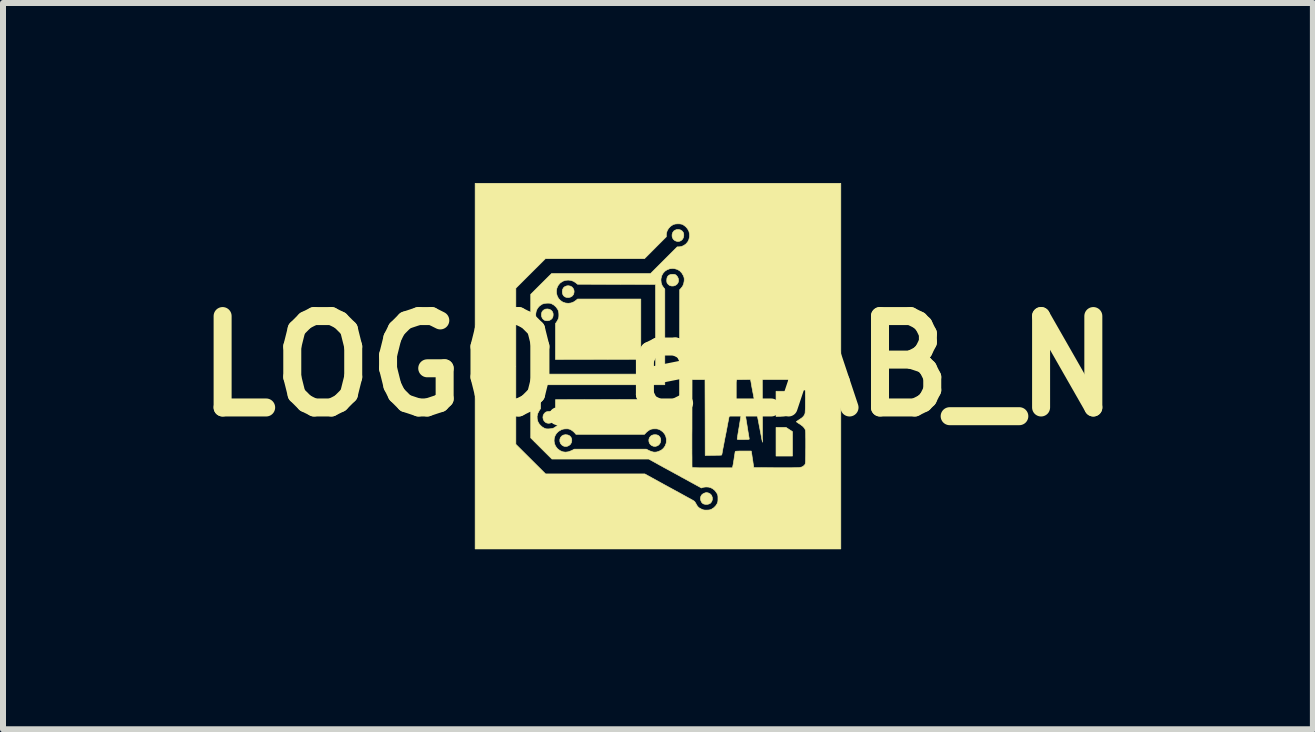
<source format=kicad_pcb>
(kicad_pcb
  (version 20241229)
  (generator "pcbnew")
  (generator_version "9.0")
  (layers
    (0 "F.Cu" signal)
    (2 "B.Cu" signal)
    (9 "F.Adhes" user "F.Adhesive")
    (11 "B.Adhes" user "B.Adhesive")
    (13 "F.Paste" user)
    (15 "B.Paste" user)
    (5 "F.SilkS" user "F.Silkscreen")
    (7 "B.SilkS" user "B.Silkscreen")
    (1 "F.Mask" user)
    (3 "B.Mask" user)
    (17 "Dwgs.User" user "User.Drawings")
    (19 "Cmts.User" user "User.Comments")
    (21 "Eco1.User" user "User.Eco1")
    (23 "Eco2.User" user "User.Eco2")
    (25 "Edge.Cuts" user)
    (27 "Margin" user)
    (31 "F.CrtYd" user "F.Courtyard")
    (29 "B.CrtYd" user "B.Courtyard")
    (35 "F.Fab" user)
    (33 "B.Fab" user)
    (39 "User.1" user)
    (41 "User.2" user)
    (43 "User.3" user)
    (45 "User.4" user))
  (footprint "LOGO_eLAB_N"
    (layer "F.Cu")
    (at 7.918 3.053)
    (property "Reference" "LOGO_eLAB_N" (at 0 0 0) (layer "F.SilkS") (effects (font (size 1.524 1.524) (thickness 0.3))))
    (attr through_hole)
    (fp_poly (pts (xy 2.188 1.057) (xy 2.242 1.092) (xy 2.242 1.499) (xy 1.968 1.499) (xy 1.968 1.022) (xy 2.135 1.022) (xy 2.188 1.057)) (stroke (width 0.01) (type solid)) (fill yes) (layer "F.SilkS"))
    (fp_poly (pts (xy 2.235 0.761) (xy 2.192 0.792) (xy 2.172 0.807) (xy 2.154 0.819) (xy 2.143 0.827) (xy 2.142 0.828) (xy 2.133 0.83) (xy 2.114 0.832) (xy 2.088 0.834) (xy 2.057 0.835) (xy 2.051 0.836) (xy 1.968 0.839) (xy 1.968 0.419) (xy 2.235 0.419) (xy 2.235 0.761)) (stroke (width 0.01) (type solid)) (fill yes) (layer "F.SilkS"))
    (fp_poly (pts (xy -1.501 1.148) (xy -1.471 1.163) (xy -1.45 1.186) (xy -1.438 1.216) (xy -1.437 1.246) (xy -1.445 1.279) (xy -1.463 1.307) (xy -1.488 1.326) (xy -1.518 1.338) (xy -1.551 1.339) (xy -1.578 1.331) (xy -1.606 1.312) (xy -1.626 1.286) (xy -1.636 1.255) (xy -1.636 1.223) (xy -1.627 1.194) (xy -1.606 1.167) (xy -1.579 1.15) (xy -1.544 1.143) (xy -1.537 1.143) (xy -1.501 1.148)) (stroke (width 0.01) (type solid)) (fill yes) (layer "F.SilkS"))
    (fp_poly (pts (xy -1.461 -1.334) (xy -1.434 -1.319) (xy -1.414 -1.296) (xy -1.401 -1.268) (xy -1.398 -1.237) (xy -1.405 -1.204) (xy -1.411 -1.191) (xy -1.432 -1.166) (xy -1.461 -1.15) (xy -1.493 -1.143) (xy -1.527 -1.146) (xy -1.549 -1.154) (xy -1.574 -1.173) (xy -1.589 -1.201) (xy -1.595 -1.237) (xy -1.595 -1.241) (xy -1.59 -1.277) (xy -1.575 -1.306) (xy -1.55 -1.327) (xy -1.518 -1.338) (xy -1.494 -1.34) (xy -1.461 -1.334)) (stroke (width 0.01) (type solid)) (fill yes) (layer "F.SilkS"))
    (fp_poly (pts (xy 0.378 -2.269) (xy 0.404 -2.251) (xy 0.421 -2.229) (xy 0.429 -2.205) (xy 0.43 -2.175) (xy 0.43 -2.173) (xy 0.422 -2.138) (xy 0.405 -2.11) (xy 0.381 -2.09) (xy 0.351 -2.079) (xy 0.319 -2.079) (xy 0.286 -2.09) (xy 0.26 -2.11) (xy 0.243 -2.136) (xy 0.235 -2.166) (xy 0.236 -2.197) (xy 0.246 -2.227) (xy 0.264 -2.252) (xy 0.283 -2.265) (xy 0.314 -2.277) (xy 0.347 -2.277) (xy 0.378 -2.269)) (stroke (width 0.01) (type solid)) (fill yes) (layer "F.SilkS"))
    (fp_poly (pts (xy -1.809 -0.947) (xy -1.78 -0.931) (xy -1.759 -0.907) (xy -1.749 -0.882) (xy -1.747 -0.852) (xy -1.752 -0.821) (xy -1.764 -0.796) (xy -1.764 -0.796) (xy -1.787 -0.774) (xy -1.816 -0.76) (xy -1.848 -0.756) (xy -1.88 -0.76) (xy -1.897 -0.768) (xy -1.923 -0.791) (xy -1.938 -0.821) (xy -1.943 -0.852) (xy -1.94 -0.885) (xy -1.93 -0.91) (xy -1.912 -0.93) (xy -1.905 -0.935) (xy -1.875 -0.95) (xy -1.842 -0.953) (xy -1.809 -0.947)) (stroke (width 0.01) (type solid)) (fill yes) (layer "F.SilkS"))
    (fp_poly (pts (xy -0.019 1.146) (xy 0.005 1.155) (xy 0.028 1.176) (xy 0.042 1.203) (xy 0.047 1.233) (xy 0.043 1.264) (xy 0.031 1.292) (xy 0.011 1.315) (xy -0.009 1.328) (xy -0.041 1.338) (xy -0.07 1.337) (xy -0.101 1.326) (xy -0.101 1.326) (xy -0.127 1.306) (xy -0.144 1.28) (xy -0.152 1.25) (xy -0.151 1.219) (xy -0.14 1.19) (xy -0.12 1.166) (xy -0.106 1.156) (xy -0.08 1.146) (xy -0.049 1.143) (xy -0.019 1.146)) (stroke (width 0.01) (type solid)) (fill yes) (layer "F.SilkS"))
    (fp_poly (pts (xy 0.84 2.114) (xy 0.868 2.128) (xy 0.89 2.15) (xy 0.895 2.158) (xy 0.907 2.194) (xy 0.906 2.229) (xy 0.894 2.261) (xy 0.873 2.286) (xy 0.853 2.297) (xy 0.826 2.304) (xy 0.797 2.305) (xy 0.769 2.3) (xy 0.751 2.293) (xy 0.729 2.272) (xy 0.715 2.244) (xy 0.708 2.213) (xy 0.711 2.181) (xy 0.724 2.153) (xy 0.724 2.152) (xy 0.744 2.133) (xy 0.771 2.118) (xy 0.799 2.109) (xy 0.81 2.108) (xy 0.84 2.114)) (stroke (width 0.01) (type solid)) (fill yes) (layer "F.SilkS"))
    (fp_poly (pts (xy 0.271 -1.529) (xy 0.287 -1.525) (xy 0.301 -1.517) (xy 0.305 -1.513) (xy 0.327 -1.487) (xy 0.34 -1.456) (xy 0.343 -1.422) (xy 0.337 -1.396) (xy 0.32 -1.369) (xy 0.295 -1.349) (xy 0.265 -1.337) (xy 0.232 -1.335) (xy 0.2 -1.342) (xy 0.183 -1.353) (xy 0.166 -1.368) (xy 0.163 -1.371) (xy 0.153 -1.385) (xy 0.148 -1.4) (xy 0.146 -1.42) (xy 0.146 -1.431) (xy 0.15 -1.469) (xy 0.163 -1.497) (xy 0.184 -1.517) (xy 0.214 -1.528) (xy 0.247 -1.53) (xy 0.271 -1.529)) (stroke (width 0.01) (type solid)) (fill yes) (layer "F.SilkS"))
    (fp_poly (pts (xy -1.792 0.756) (xy -1.778 0.759) (xy -1.766 0.767) (xy -1.751 0.782) (xy -1.748 0.784) (xy -1.733 0.801) (xy -1.725 0.814) (xy -1.721 0.829) (xy -1.721 0.85) (xy -1.721 0.85) (xy -1.723 0.877) (xy -1.729 0.897) (xy -1.735 0.908) (xy -1.758 0.932) (xy -1.787 0.947) (xy -1.819 0.953) (xy -1.851 0.949) (xy -1.874 0.938) (xy -1.898 0.915) (xy -1.912 0.887) (xy -1.918 0.856) (xy -1.914 0.824) (xy -1.9 0.796) (xy -1.878 0.772) (xy -1.872 0.768) (xy -1.849 0.759) (xy -1.818 0.756) (xy -1.813 0.756) (xy -1.792 0.756)) (stroke (width 0.01) (type solid)) (fill yes) (layer "F.SilkS"))
    (fp_poly (pts (xy 1.424 0.61) (xy 1.426 0.62) (xy 1.429 0.641) (xy 1.434 0.671) (xy 1.44 0.708) (xy 1.447 0.75) (xy 1.454 0.794) (xy 1.468 0.884) (xy 1.481 0.964) (xy 1.492 1.033) (xy 1.501 1.091) (xy 1.509 1.138) (xy 1.515 1.174) (xy 1.519 1.198) (xy 1.521 1.21) (xy 1.521 1.21) (xy 1.522 1.214) (xy 1.52 1.218) (xy 1.514 1.22) (xy 1.501 1.222) (xy 1.481 1.223) (xy 1.45 1.223) (xy 1.423 1.224) (xy 1.384 1.224) (xy 1.356 1.224) (xy 1.338 1.223) (xy 1.327 1.221) (xy 1.322 1.219) (xy 1.321 1.215) (xy 1.322 1.206) (xy 1.325 1.187) (xy 1.329 1.159) (xy 1.334 1.126) (xy 1.34 1.093) (xy 1.347 1.048) (xy 1.356 0.998) (xy 1.364 0.945) (xy 1.373 0.891) (xy 1.382 0.838) (xy 1.39 0.786) (xy 1.398 0.738) (xy 1.405 0.696) (xy 1.411 0.66) (xy 1.415 0.633) (xy 1.417 0.617) (xy 1.418 0.613) (xy 1.419 0.6) (xy 1.421 0.6) (xy 1.424 0.61)) (stroke (width 0.01) (type solid)) (fill yes) (layer "F.SilkS"))
    (fp_poly (pts (xy 3.048 3.048) (xy -3.048 3.048) (xy -3.048 -1.299) (xy -2.369 -1.299) (xy -2.369 0.002) (xy -2.369 1.303) (xy -1.873 1.797) (xy -0.219 1.797) (xy -0.108 1.858) (xy -0.001 1.917) (xy 0.115 1.981) (xy 0.24 2.049) (xy 0.37 2.12) (xy 0.506 2.195) (xy 0.543 2.215) (xy 0.572 2.231) (xy 0.592 2.243) (xy 0.606 2.253) (xy 0.616 2.264) (xy 0.624 2.277) (xy 0.633 2.292) (xy 0.65 2.323) (xy 0.667 2.345) (xy 0.687 2.363) (xy 0.714 2.378) (xy 0.72 2.381) (xy 0.742 2.391) (xy 0.761 2.397) (xy 0.783 2.4) (xy 0.809 2.4) (xy 0.84 2.399) (xy 0.864 2.396) (xy 0.886 2.388) (xy 0.893 2.385) (xy 0.932 2.36) (xy 0.965 2.326) (xy 0.986 2.293) (xy 0.993 2.275) (xy 0.998 2.257) (xy 1 2.233) (xy 1 2.206) (xy 1 2.178) (xy 0.998 2.159) (xy 0.994 2.143) (xy 0.987 2.128) (xy 0.978 2.112) (xy 0.948 2.072) (xy 0.912 2.043) (xy 0.876 2.025) (xy 0.841 2.016) (xy 0.801 2.014) (xy 0.764 2.018) (xy 0.748 2.022) (xy 0.724 2.031) (xy 0.567 1.945) (xy 0.516 1.917) (xy 0.46 1.886) (xy 0.402 1.855) (xy 0.347 1.824) (xy 0.297 1.797) (xy 0.273 1.784) (xy 0.226 1.758) (xy 0.171 1.728) (xy 0.113 1.697) (xy 0.056 1.665) (xy 0.004 1.637) (xy -0.009 1.629) (xy -0.154 1.549) (xy -1.768 1.549) (xy -1.945 1.373) (xy -2.071 1.247) (xy -1.732 1.247) (xy -1.725 1.291) (xy -1.708 1.333) (xy -1.68 1.371) (xy -1.672 1.379) (xy -1.632 1.409) (xy -1.588 1.428) (xy -1.542 1.434) (xy -1.493 1.428) (xy -1.443 1.409) (xy -1.44 1.408) (xy -1.394 1.384) (xy -0.194 1.384) (xy -0.148 1.408) (xy -0.106 1.425) (xy -0.068 1.434) (xy -0.031 1.433) (xy 0.01 1.423) (xy 0.01 1.422) (xy 0.055 1.401) (xy 0.091 1.371) (xy 0.118 1.333) (xy 0.127 1.309) (xy 0.566 1.309) (xy 0.566 1.385) (xy 0.566 1.455) (xy 0.567 1.517) (xy 0.567 1.571) (xy 0.567 1.615) (xy 0.567 1.65) (xy 0.568 1.674) (xy 0.568 1.686) (xy 0.568 1.688) (xy 0.571 1.689) (xy 0.58 1.691) (xy 0.596 1.692) (xy 0.618 1.693) (xy 0.649 1.694) (xy 0.689 1.695) (xy 0.739 1.695) (xy 0.799 1.695) (xy 0.871 1.695) (xy 0.905 1.695) (xy 1.239 1.695) (xy 1.244 1.681) (xy 1.247 1.67) (xy 1.251 1.649) (xy 1.257 1.621) (xy 1.262 1.586) (xy 1.267 1.556) (xy 1.272 1.519) (xy 1.278 1.485) (xy 1.282 1.458) (xy 1.285 1.438) (xy 1.287 1.43) (xy 1.288 1.426) (xy 1.291 1.422) (xy 1.297 1.419) (xy 1.307 1.418) (xy 1.324 1.417) (xy 1.349 1.416) (xy 1.383 1.416) (xy 1.423 1.416) (xy 1.555 1.416) (xy 1.562 1.46) (xy 1.566 1.482) (xy 1.57 1.513) (xy 1.576 1.55) (xy 1.582 1.588) (xy 1.583 1.598) (xy 1.597 1.692) (xy 1.959 1.694) (xy 2.037 1.694) (xy 2.109 1.694) (xy 2.174 1.694) (xy 2.231 1.694) (xy 2.28 1.693) (xy 2.318 1.692) (xy 2.346 1.691) (xy 2.362 1.69) (xy 2.362 1.689) (xy 2.396 1.682) (xy 2.421 1.669) (xy 2.442 1.649) (xy 2.448 1.642) (xy 2.451 1.638) (xy 2.453 1.632) (xy 2.456 1.624) (xy 2.457 1.614) (xy 2.459 1.599) (xy 2.46 1.578) (xy 2.46 1.55) (xy 2.461 1.514) (xy 2.462 1.469) (xy 2.462 1.414) (xy 2.463 1.357) (xy 2.463 1.283) (xy 2.463 1.218) (xy 2.462 1.165) (xy 2.462 1.122) (xy 2.46 1.091) (xy 2.459 1.072) (xy 2.458 1.067) (xy 2.443 1.036) (xy 2.416 1.005) (xy 2.376 0.974) (xy 2.357 0.962) (xy 2.335 0.948) (xy 2.318 0.936) (xy 2.308 0.928) (xy 2.307 0.926) (xy 2.312 0.921) (xy 2.327 0.911) (xy 2.347 0.897) (xy 2.362 0.888) (xy 2.398 0.863) (xy 2.423 0.84) (xy 2.44 0.816) (xy 2.451 0.789) (xy 2.451 0.788) (xy 2.453 0.775) (xy 2.454 0.751) (xy 2.456 0.718) (xy 2.457 0.679) (xy 2.457 0.634) (xy 2.457 0.585) (xy 2.458 0.535) (xy 2.457 0.486) (xy 2.457 0.438) (xy 2.456 0.395) (xy 2.455 0.357) (xy 2.453 0.327) (xy 2.452 0.306) (xy 2.45 0.298) (xy 2.433 0.266) (xy 2.406 0.241) (xy 2.397 0.236) (xy 2.392 0.233) (xy 2.384 0.231) (xy 2.372 0.23) (xy 2.357 0.228) (xy 2.336 0.227) (xy 2.308 0.226) (xy 2.272 0.225) (xy 2.227 0.225) (xy 2.173 0.224) (xy 2.107 0.224) (xy 2.074 0.223) (xy 2.012 0.223) (xy 1.955 0.223) (xy 1.901 0.223) (xy 1.855 0.223) (xy 1.815 0.223) (xy 1.784 0.224) (xy 1.764 0.224) (xy 1.754 0.225) (xy 1.739 0.229) (xy 1.741 0.749) (xy 1.741 0.829) (xy 1.742 0.905) (xy 1.742 0.977) (xy 1.742 1.042) (xy 1.742 1.102) (xy 1.742 1.153) (xy 1.742 1.197) (xy 1.742 1.23) (xy 1.742 1.254) (xy 1.742 1.266) (xy 1.742 1.268) (xy 1.74 1.261) (xy 1.737 1.245) (xy 1.732 1.223) (xy 1.731 1.216) (xy 1.728 1.202) (xy 1.725 1.186) (xy 1.722 1.167) (xy 1.717 1.143) (xy 1.712 1.115) (xy 1.705 1.08) (xy 1.697 1.037) (xy 1.687 0.987) (xy 1.676 0.927) (xy 1.662 0.857) (xy 1.647 0.776) (xy 1.641 0.746) (xy 1.631 0.695) (xy 1.621 0.64) (xy 1.61 0.586) (xy 1.601 0.535) (xy 1.592 0.492) (xy 1.591 0.483) (xy 1.583 0.443) (xy 1.576 0.405) (xy 1.569 0.37) (xy 1.564 0.343) (xy 1.562 0.33) (xy 1.557 0.302) (xy 1.552 0.272) (xy 1.549 0.255) (xy 1.542 0.222) (xy 1.424 0.224) (xy 1.305 0.225) (xy 1.291 0.302) (xy 1.278 0.369) (xy 1.264 0.442) (xy 1.249 0.516) (xy 1.235 0.589) (xy 1.222 0.658) (xy 1.21 0.719) (xy 1.203 0.752) (xy 1.195 0.792) (xy 1.186 0.84) (xy 1.176 0.893) (xy 1.165 0.948) (xy 1.155 1) (xy 1.153 1.013) (xy 1.143 1.065) (xy 1.132 1.123) (xy 1.12 1.181) (xy 1.109 1.237) (xy 1.1 1.285) (xy 1.099 1.292) (xy 1.091 1.333) (xy 1.083 1.372) (xy 1.077 1.405) (xy 1.072 1.432) (xy 1.07 1.449) (xy 1.069 1.45) (xy 1.066 1.468) (xy 1.061 1.48) (xy 1.058 1.483) (xy 1.05 1.484) (xy 1.031 1.485) (xy 1.003 1.486) (xy 0.969 1.486) (xy 0.93 1.487) (xy 0.919 1.487) (xy 0.787 1.489) (xy 0.786 0.857) (xy 0.784 0.225) (xy 0.568 0.225) (xy 0.567 0.953) (xy 0.567 1.048) (xy 0.566 1.139) (xy 0.566 1.227) (xy 0.566 1.309) (xy 0.127 1.309) (xy 0.136 1.287) (xy 0.139 1.268) (xy 0.141 1.219) (xy 0.131 1.173) (xy 0.111 1.131) (xy 0.08 1.095) (xy 0.04 1.066) (xy 0.034 1.063) (xy 0.012 1.053) (xy -0.007 1.048) (xy -0.028 1.045) (xy -0.054 1.045) (xy -0.083 1.046) (xy -0.104 1.049) (xy -0.123 1.055) (xy -0.138 1.062) (xy -0.162 1.078) (xy -0.187 1.097) (xy -0.198 1.108) (xy -0.225 1.137) (xy -1.367 1.137) (xy -1.391 1.109) (xy -1.411 1.09) (xy -1.435 1.072) (xy -1.449 1.063) (xy -1.469 1.053) (xy -1.486 1.048) (xy -1.506 1.045) (xy -1.531 1.045) (xy -1.561 1.047) (xy -1.585 1.051) (xy -1.61 1.06) (xy -1.62 1.065) (xy -1.661 1.09) (xy -1.693 1.123) (xy -1.716 1.162) (xy -1.729 1.204) (xy -1.732 1.247) (xy -2.071 1.247) (xy -2.121 1.197) (xy -2.121 0.836) (xy -2.015 0.836) (xy -2.013 0.884) (xy -2.001 0.927) (xy -1.983 0.959) (xy -1.957 0.99) (xy -1.924 1.018) (xy -1.89 1.037) (xy -1.883 1.04) (xy -1.858 1.046) (xy -1.826 1.047) (xy -1.791 1.044) (xy -1.759 1.039) (xy -1.734 1.03) (xy -1.734 1.03) (xy -1.691 1.001) (xy -1.659 0.966) (xy -1.638 0.924) (xy -1.627 0.875) (xy -1.627 0.866) (xy -1.628 0.818) (xy -1.639 0.778) (xy -1.659 0.742) (xy -1.677 0.72) (xy -1.708 0.688) (xy -1.708 0.559) (xy -0.675 0.557) (xy 0.359 0.556) (xy 0.36 -0.36) (xy 0.362 -1.275) (xy 0.38 -1.293) (xy 0.41 -1.33) (xy 0.428 -1.372) (xy 0.437 -1.419) (xy 0.437 -1.423) (xy 0.438 -1.45) (xy 0.436 -1.47) (xy 0.431 -1.488) (xy 0.424 -1.507) (xy 0.397 -1.553) (xy 0.363 -1.588) (xy 0.323 -1.612) (xy 0.276 -1.625) (xy 0.244 -1.628) (xy 0.196 -1.623) (xy 0.152 -1.606) (xy 0.114 -1.581) (xy 0.084 -1.547) (xy 0.062 -1.506) (xy 0.051 -1.46) (xy 0.049 -1.436) (xy 0.054 -1.387) (xy 0.069 -1.345) (xy 0.092 -1.311) (xy 0.114 -1.284) (xy 0.114 0.311) (xy -1.956 0.311) (xy -1.956 0.706) (xy -1.981 0.744) (xy -2.004 0.789) (xy -2.015 0.836) (xy -2.121 0.836) (xy -2.121 -0.000112) (xy -2.121 -0.869) (xy -2.038 -0.869) (xy -2.036 -0.824) (xy -2.025 -0.78) (xy -2.004 -0.741) (xy -1.983 -0.717) (xy -1.962 -0.696) (xy -1.962 0.133) (xy -0.038 0.133) (xy -0.04 -0.614) (xy -0.041 -1.362) (xy -1.341 -1.365) (xy -1.367 -1.387) (xy -1.406 -1.413) (xy -1.45 -1.429) (xy -1.496 -1.434) (xy -1.542 -1.43) (xy -1.586 -1.415) (xy -1.624 -1.39) (xy -1.636 -1.38) (xy -1.666 -1.342) (xy -1.685 -1.3) (xy -1.693 -1.255) (xy -1.691 -1.211) (xy -1.679 -1.168) (xy -1.658 -1.128) (xy -1.626 -1.094) (xy -1.588 -1.068) (xy -1.543 -1.052) (xy -1.495 -1.047) (xy -1.448 -1.053) (xy -1.403 -1.071) (xy -1.364 -1.098) (xy -1.341 -1.118) (xy -0.286 -1.118) (xy -0.286 -0.114) (xy -0.946 -0.113) (xy -1.038 -0.113) (xy -1.127 -0.112) (xy -1.212 -0.112) (xy -1.292 -0.112) (xy -1.367 -0.112) (xy -1.436 -0.112) (xy -1.497 -0.112) (xy -1.55 -0.112) (xy -1.593 -0.111) (xy -1.627 -0.111) (xy -1.649 -0.111) (xy -1.658 -0.111) (xy -1.709 -0.111) (xy -1.708 -0.411) (xy -1.708 -0.71) (xy -1.686 -0.742) (xy -1.668 -0.774) (xy -1.656 -0.802) (xy -1.652 -0.833) (xy -1.652 -0.87) (xy -1.655 -0.901) (xy -1.661 -0.924) (xy -1.67 -0.944) (xy -1.672 -0.948) (xy -1.702 -0.989) (xy -1.738 -1.02) (xy -1.761 -1.033) (xy -1.781 -1.043) (xy -1.8 -1.048) (xy -1.823 -1.05) (xy -1.845 -1.05) (xy -1.889 -1.046) (xy -1.928 -1.034) (xy -1.963 -1.011) (xy -1.986 -0.991) (xy -2.013 -0.955) (xy -2.03 -0.914) (xy -2.038 -0.869) (xy -2.121 -0.869) (xy -2.121 -1.197) (xy -1.948 -1.37) (xy -1.774 -1.543) (xy -0.124 -1.543) (xy 0.098 -1.765) (xy 0.321 -1.988) (xy 0.352 -1.988) (xy 0.392 -1.994) (xy 0.431 -2.011) (xy 0.466 -2.036) (xy 0.495 -2.069) (xy 0.514 -2.106) (xy 0.526 -2.155) (xy 0.526 -2.203) (xy 0.515 -2.249) (xy 0.492 -2.291) (xy 0.459 -2.328) (xy 0.416 -2.358) (xy 0.413 -2.36) (xy 0.388 -2.368) (xy 0.356 -2.372) (xy 0.321 -2.372) (xy 0.287 -2.369) (xy 0.258 -2.361) (xy 0.249 -2.357) (xy 0.208 -2.329) (xy 0.176 -2.295) (xy 0.153 -2.255) (xy 0.141 -2.212) (xy 0.139 -2.189) (xy 0.139 -2.156) (xy -0.225 -1.791) (xy -1.051 -1.791) (xy -1.876 -1.791) (xy -2.123 -1.545) (xy -2.369 -1.299) (xy -3.048 -1.299) (xy -3.048 -3.048) (xy 3.048 -3.048) (xy 3.048 3.048)) (stroke (width 0.01) (type solid)) (fill yes) (layer "F.SilkS")))
  (gr_rect
    (start -3 -3)
    (end 18.835 9.106)
    (stroke (width 0.1) (type default))
    (fill no)
    (layer "Edge.Cuts")))
</source>
